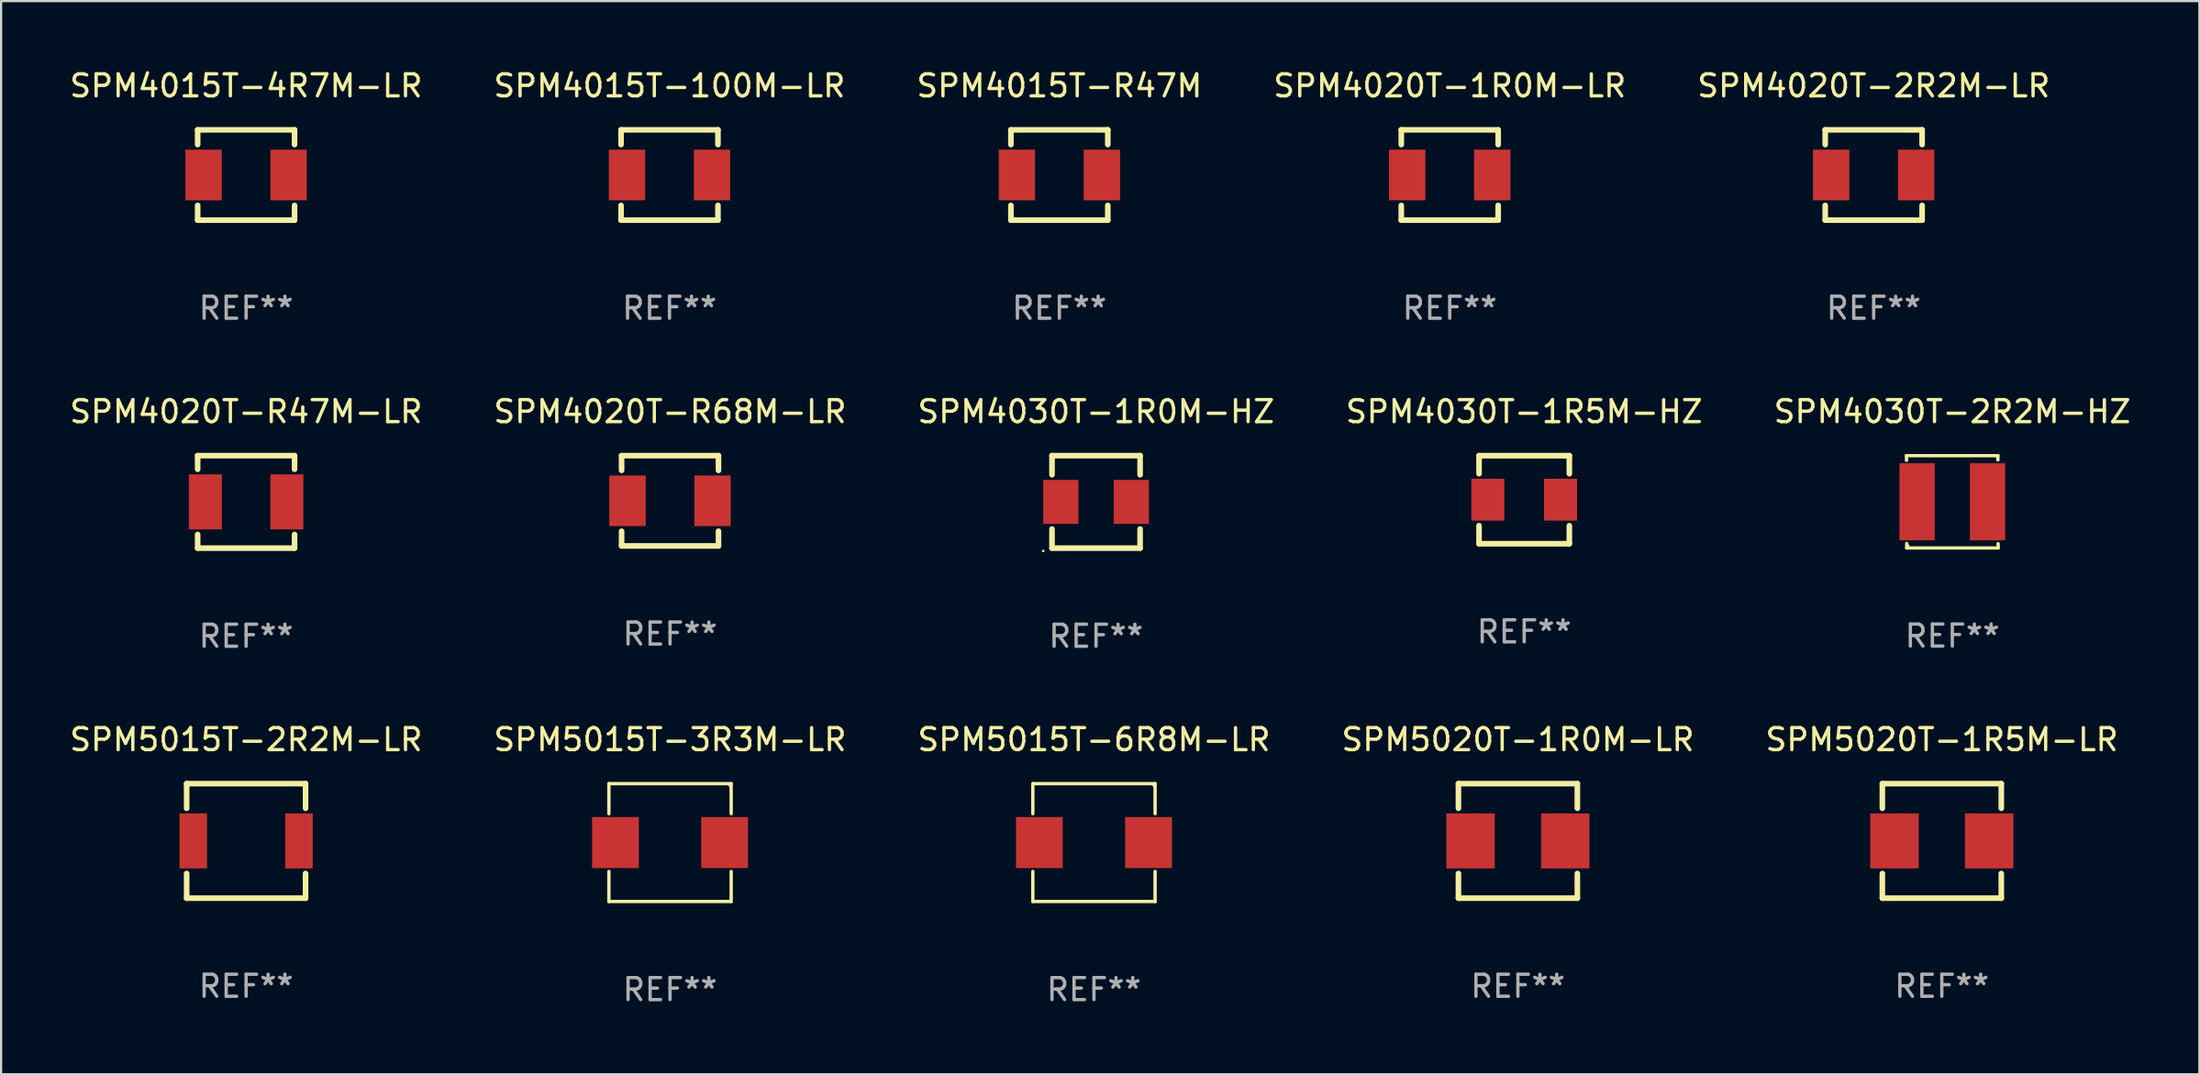
<source format=kicad_pcb>
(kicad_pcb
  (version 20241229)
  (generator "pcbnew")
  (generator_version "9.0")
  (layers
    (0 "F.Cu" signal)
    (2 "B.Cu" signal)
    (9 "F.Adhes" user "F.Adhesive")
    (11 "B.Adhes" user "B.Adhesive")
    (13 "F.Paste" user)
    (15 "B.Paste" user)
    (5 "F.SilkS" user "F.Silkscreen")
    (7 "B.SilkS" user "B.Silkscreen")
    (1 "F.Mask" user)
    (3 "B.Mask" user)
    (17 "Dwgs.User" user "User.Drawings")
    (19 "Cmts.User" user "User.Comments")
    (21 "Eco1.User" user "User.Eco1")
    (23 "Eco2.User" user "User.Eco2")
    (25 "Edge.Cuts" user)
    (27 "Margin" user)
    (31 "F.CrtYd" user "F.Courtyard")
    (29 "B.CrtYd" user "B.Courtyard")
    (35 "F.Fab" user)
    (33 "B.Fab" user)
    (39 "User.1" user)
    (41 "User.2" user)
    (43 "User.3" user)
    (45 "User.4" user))
  (footprint "SPM5020T-1R0M-LR"
    (layer "F.Cu")
    (at 65.875 35.142)
    (property "Reference" "SPM5020T-1R0M-LR" (at 0 -4.6 0) (layer "F.SilkS") (effects (font (size 1 1) (thickness 0.15))))
    (attr through_hole)
    (fp_line (start -2.7 -2.6) (end -2.7 -1.481) (stroke (width 0.254) (type solid)) (layer "F.SilkS"))
    (fp_line (start -2.7 -2.6) (end 2.7 -2.6) (stroke (width 0.254) (type solid)) (layer "F.SilkS"))
    (fp_line (start -2.7 1.481) (end -2.7 2.6) (stroke (width 0.254) (type solid)) (layer "F.SilkS"))
    (fp_line (start 2.7 -2.6) (end 2.7 -1.481) (stroke (width 0.254) (type solid)) (layer "F.SilkS"))
    (fp_line (start 2.7 1.481) (end 2.7 2.6) (stroke (width 0.254) (type solid)) (layer "F.SilkS"))
    (fp_line (start 2.7 2.6) (end -2.7 2.6) (stroke (width 0.254) (type solid)) (layer "F.SilkS"))
    (fp_circle (center -2.7 2.6) (end -2.67 2.6) (stroke (width 0.06) (type solid)) (fill no) (layer "F.SilkS"))
    (fp_text user "REF**" (at 0 6.6 0) (layer "F.Fab") (effects (font (size 1 1) (thickness 0.15))))
    (pad "1" smd rect (at -2.15 0) (size 2.2 2.5) (layers "F.Cu" "F.Mask" "F.Paste"))
    (pad "2" smd rect (at 2.15 0) (size 2.2 2.5) (layers "F.Cu" "F.Mask" "F.Paste")))
  (footprint "SPM5020T-1R5M-LR"
    (layer "F.Cu")
    (at 85.125 35.142)
    (property "Reference" "SPM5020T-1R5M-LR" (at 0 -4.6 0) (layer "F.SilkS") (effects (font (size 1 1) (thickness 0.15))))
    (attr through_hole)
    (fp_line (start -2.7 -2.6) (end -2.7 -1.481) (stroke (width 0.254) (type solid)) (layer "F.SilkS"))
    (fp_line (start -2.7 -2.6) (end 2.7 -2.6) (stroke (width 0.254) (type solid)) (layer "F.SilkS"))
    (fp_line (start -2.7 1.481) (end -2.7 2.6) (stroke (width 0.254) (type solid)) (layer "F.SilkS"))
    (fp_line (start 2.7 -2.6) (end 2.7 -1.481) (stroke (width 0.254) (type solid)) (layer "F.SilkS"))
    (fp_line (start 2.7 1.481) (end 2.7 2.6) (stroke (width 0.254) (type solid)) (layer "F.SilkS"))
    (fp_line (start 2.7 2.6) (end -2.7 2.6) (stroke (width 0.254) (type solid)) (layer "F.SilkS"))
    (fp_circle (center -2.7 2.6) (end -2.67 2.6) (stroke (width 0.06) (type solid)) (fill no) (layer "F.SilkS"))
    (fp_text user "REF**" (at 0 6.6 0) (layer "F.Fab") (effects (font (size 1 1) (thickness 0.15))))
    (pad "1" smd rect (at -2.15 0) (size 2.2 2.5) (layers "F.Cu" "F.Mask" "F.Paste"))
    (pad "2" smd rect (at 2.15 0) (size 2.2 2.5) (layers "F.Cu" "F.Mask" "F.Paste")))
  (footprint "SPM4015T-R47M"
    (layer "F.Cu")
    (at 45.054 4.898)
    (property "Reference" "SPM4015T-R47M" (at 0 -4.05 0) (layer "F.SilkS") (effects (font (size 1 1) (thickness 0.15))))
    (attr through_hole)
    (fp_line (start -2.2 2.05) (end 2.2 2.05) (stroke (width 0.254) (type solid)) (layer "F.SilkS"))
    (fp_line (start -2.2 -2.05) (end -2.2 -1.381) (stroke (width 0.254) (type solid)) (layer "F.SilkS"))
    (fp_line (start -2.2 -2.05) (end 2.2 -2.05) (stroke (width 0.254) (type solid)) (layer "F.SilkS"))
    (fp_line (start -2.2 1.381) (end -2.2 2.05) (stroke (width 0.254) (type solid)) (layer "F.SilkS"))
    (fp_line (start 2.2 -1.381) (end 2.2 -2.05) (stroke (width 0.254) (type solid)) (layer "F.SilkS"))
    (fp_line (start 2.2 2.05) (end 2.2 1.381) (stroke (width 0.254) (type solid)) (layer "F.SilkS"))
    (fp_circle (center -2.2 2.05) (end -2.17 2.05) (stroke (width 0.06) (type solid)) (fill no) (layer "F.SilkS"))
    (fp_text user "REF**" (at 0 6.05 0) (layer "F.Fab") (effects (font (size 1 1) (thickness 0.15))))
    (pad "1" smd rect (at -1.93 0.000127 270) (size 2.3 1.65) (layers "F.Cu" "F.Mask" "F.Paste"))
    (pad "2" smd rect (at 1.93 0.000127 270) (size 2.3 1.65) (layers "F.Cu" "F.Mask" "F.Paste")))
  (footprint "SPM4030T-1R5M-HZ"
    (layer "F.Cu")
    (at 66.161 19.645)
    (property "Reference" "SPM4030T-1R5M-HZ" (at 0 -4 0) (layer "F.SilkS") (effects (font (size 1 1) (thickness 0.15))))
    (attr through_hole)
    (fp_line (start -2.05 2) (end -2.05 1.181) (stroke (width 0.254) (type solid)) (layer "F.SilkS"))
    (fp_line (start -2.05 -1.999) (end 1.831 -1.999) (stroke (width 0.254) (type solid)) (layer "F.SilkS"))
    (fp_line (start -2.05 -1.181) (end -2.05 -1.999) (stroke (width 0.254) (type solid)) (layer "F.SilkS"))
    (fp_line (start 1.831 -1.999) (end 2.05 -2) (stroke (width 0.254) (type solid)) (layer "F.SilkS"))
    (fp_line (start 2.05 -2) (end 2.05 -1.181) (stroke (width 0.254) (type solid)) (layer "F.SilkS"))
    (fp_line (start 2.05 1.181) (end 2.05 2) (stroke (width 0.254) (type solid)) (layer "F.SilkS"))
    (fp_line (start 2.05 2) (end -2.05 2) (stroke (width 0.254) (type solid)) (layer "F.SilkS"))
    (fp_circle (center -2.05 2) (end -2.02 2) (stroke (width 0.06) (type solid)) (fill no) (layer "F.SilkS"))
    (fp_text user "REF**" (at 0 6 0) (layer "F.Fab") (effects (font (size 1 1) (thickness 0.15))))
    (pad "1" smd rect (at -1.651 0) (size 1.5 1.9) (layers "F.Cu" "F.Mask" "F.Paste"))
    (pad "2" smd rect (at 1.651 0) (size 1.5 1.9) (layers "F.Cu" "F.Mask" "F.Paste")))
  (footprint "SPM4030T-2R2M-HZ"
    (layer "F.Cu")
    (at 85.601 19.741)
    (property "Reference" "SPM4030T-2R2M-HZ" (at 0 -4.096 0) (layer "F.SilkS") (effects (font (size 1 1) (thickness 0.15))))
    (attr through_hole)
    (fp_line (start -2.083 -2.096) (end -2.08 -1.88) (stroke (width 0.15) (type solid)) (layer "F.SilkS"))
    (fp_line (start -2.07 1.89) (end -2.07 2.096) (stroke (width 0.15) (type solid)) (layer "F.SilkS"))
    (fp_line (start -2.07 2.096) (end 2.083 2.096) (stroke (width 0.15) (type solid)) (layer "F.SilkS"))
    (fp_line (start 2.07 -1.9) (end 2.07 -2.096) (stroke (width 0.15) (type solid)) (layer "F.SilkS"))
    (fp_line (start 2.07 -2.096) (end -2.083 -2.096) (stroke (width 0.15) (type solid)) (layer "F.SilkS"))
    (fp_line (start 2.083 2.096) (end 2.08 1.9) (stroke (width 0.15) (type solid)) (layer "F.SilkS"))
    (fp_circle (center -2 2) (end -1.97 2) (stroke (width 0.06) (type solid)) (fill no) (layer "F.SilkS"))
    (fp_text user "REF**" (at 0 6.096 0) (layer "F.Fab") (effects (font (size 1 1) (thickness 0.15))))
    (pad "1" smd rect (at -1.6 -0.000343) (size 1.6 3.5) (layers "F.Cu" "F.Mask" "F.Paste"))
    (pad "2" smd rect (at 1.6 -0.000343) (size 1.6 3.5) (layers "F.Cu" "F.Mask" "F.Paste")))
  (footprint "SPM4020T-1R0M-LR"
    (layer "F.Cu")
    (at 62.78 4.898)
    (property "Reference" "SPM4020T-1R0M-LR" (at 0 -4.05 0) (layer "F.SilkS") (effects (font (size 1 1) (thickness 0.15))))
    (attr through_hole)
    (fp_line (start -2.2 2.05) (end 2.2 2.05) (stroke (width 0.254) (type solid)) (layer "F.SilkS"))
    (fp_line (start -2.2 -2.05) (end -2.2 -1.381) (stroke (width 0.254) (type solid)) (layer "F.SilkS"))
    (fp_line (start -2.2 -2.05) (end 2.2 -2.05) (stroke (width 0.254) (type solid)) (layer "F.SilkS"))
    (fp_line (start -2.2 1.381) (end -2.2 2.05) (stroke (width 0.254) (type solid)) (layer "F.SilkS"))
    (fp_line (start 2.2 -1.381) (end 2.2 -2.05) (stroke (width 0.254) (type solid)) (layer "F.SilkS"))
    (fp_line (start 2.2 2.05) (end 2.2 1.381) (stroke (width 0.254) (type solid)) (layer "F.SilkS"))
    (fp_circle (center -2.2 2.05) (end -2.17 2.05) (stroke (width 0.06) (type solid)) (fill no) (layer "F.SilkS"))
    (fp_text user "REF**" (at 0 6.05 0) (layer "F.Fab") (effects (font (size 1 1) (thickness 0.15))))
    (pad "1" smd rect (at -1.93 0.000127 270) (size 2.3 1.65) (layers "F.Cu" "F.Mask" "F.Paste"))
    (pad "2" smd rect (at 1.93 0.000127 270) (size 2.3 1.65) (layers "F.Cu" "F.Mask" "F.Paste")))
  (footprint "SPM4020T-2R2M-LR"
    (layer "F.Cu")
    (at 82.03 4.898)
    (property "Reference" "SPM4020T-2R2M-LR" (at 0 -4.05 0) (layer "F.SilkS") (effects (font (size 1 1) (thickness 0.15))))
    (attr through_hole)
    (fp_line (start -2.2 2.05) (end 2.2 2.05) (stroke (width 0.254) (type solid)) (layer "F.SilkS"))
    (fp_line (start -2.2 -2.05) (end -2.2 -1.381) (stroke (width 0.254) (type solid)) (layer "F.SilkS"))
    (fp_line (start -2.2 -2.05) (end 2.2 -2.05) (stroke (width 0.254) (type solid)) (layer "F.SilkS"))
    (fp_line (start -2.2 1.381) (end -2.2 2.05) (stroke (width 0.254) (type solid)) (layer "F.SilkS"))
    (fp_line (start 2.2 -1.381) (end 2.2 -2.05) (stroke (width 0.254) (type solid)) (layer "F.SilkS"))
    (fp_line (start 2.2 2.05) (end 2.2 1.381) (stroke (width 0.254) (type solid)) (layer "F.SilkS"))
    (fp_circle (center -2.2 2.05) (end -2.17 2.05) (stroke (width 0.06) (type solid)) (fill no) (layer "F.SilkS"))
    (fp_text user "REF**" (at 0 6.05 0) (layer "F.Fab") (effects (font (size 1 1) (thickness 0.15))))
    (pad "1" smd rect (at -1.93 0.000127 270) (size 2.3 1.65) (layers "F.Cu" "F.Mask" "F.Paste"))
    (pad "2" smd rect (at 1.93 0.000127 270) (size 2.3 1.65) (layers "F.Cu" "F.Mask" "F.Paste")))
  (footprint "SPM5015T-3R3M-LR"
    (layer "F.Cu")
    (at 27.375 35.218)
    (property "Reference" "SPM5015T-3R3M-LR" (at 0 -4.676 0) (layer "F.SilkS") (effects (font (size 1 1) (thickness 0.15))))
    (attr through_hole)
    (fp_line (start -2.776 -2.676) (end 2.776 -2.676) (stroke (width 0.152) (type solid)) (layer "F.SilkS"))
    (fp_line (start -2.776 -1.312) (end -2.776 -2.676) (stroke (width 0.152) (type solid)) (layer "F.SilkS"))
    (fp_line (start -2.776 1.312) (end -2.776 2.676) (stroke (width 0.152) (type solid)) (layer "F.SilkS"))
    (fp_line (start -2.776 2.676) (end 2.776 2.676) (stroke (width 0.152) (type solid)) (layer "F.SilkS"))
    (fp_line (start 2.776 -2.676) (end 2.776 -1.312) (stroke (width 0.152) (type solid)) (layer "F.SilkS"))
    (fp_line (start 2.776 2.676) (end 2.776 1.312) (stroke (width 0.152) (type solid)) (layer "F.SilkS"))
    (fp_circle (center 2.7 -2.6) (end 2.73 -2.6) (stroke (width 0.06) (type solid)) (fill no) (layer "F.SilkS"))
    (fp_text user "REF**" (at 0 6.676 0) (layer "F.Fab") (effects (font (size 1 1) (thickness 0.15))))
    (pad "1" smd rect (at 2.478 0) (size 2.124 2.32) (layers "F.Cu" "F.Mask" "F.Paste"))
    (pad "2" smd rect (at -2.478 0) (size 2.124 2.32) (layers "F.Cu" "F.Mask" "F.Paste")))
  (footprint "SPM4015T-100M-LR"
    (layer "F.Cu")
    (at 27.351 4.898)
    (property "Reference" "SPM4015T-100M-LR" (at 0 -4.05 0) (layer "F.SilkS") (effects (font (size 1 1) (thickness 0.15))))
    (attr through_hole)
    (fp_line (start -2.2 2.05) (end 2.2 2.05) (stroke (width 0.254) (type solid)) (layer "F.SilkS"))
    (fp_line (start -2.2 -2.05) (end -2.2 -1.381) (stroke (width 0.254) (type solid)) (layer "F.SilkS"))
    (fp_line (start -2.2 -2.05) (end 2.2 -2.05) (stroke (width 0.254) (type solid)) (layer "F.SilkS"))
    (fp_line (start -2.2 1.381) (end -2.2 2.05) (stroke (width 0.254) (type solid)) (layer "F.SilkS"))
    (fp_line (start 2.2 -1.381) (end 2.2 -2.05) (stroke (width 0.254) (type solid)) (layer "F.SilkS"))
    (fp_line (start 2.2 2.05) (end 2.2 1.381) (stroke (width 0.254) (type solid)) (layer "F.SilkS"))
    (fp_circle (center -2.2 2.05) (end -2.17 2.05) (stroke (width 0.06) (type solid)) (fill no) (layer "F.SilkS"))
    (fp_text user "REF**" (at 0 6.05 0) (layer "F.Fab") (effects (font (size 1 1) (thickness 0.15))))
    (pad "1" smd rect (at -1.93 0.000127 270) (size 2.3 1.65) (layers "F.Cu" "F.Mask" "F.Paste"))
    (pad "2" smd rect (at 1.93 0.000127 270) (size 2.3 1.65) (layers "F.Cu" "F.Mask" "F.Paste")))
  (footprint "SPM4020T-R47M-LR"
    (layer "F.Cu")
    (at 8.125 19.745)
    (property "Reference" "SPM4020T-R47M-LR" (at 0 -4.1 0) (layer "F.SilkS") (effects (font (size 1 1) (thickness 0.15))))
    (attr through_hole)
    (fp_line (start -2.2 -2.1) (end -2.2 -1.481) (stroke (width 0.254) (type solid)) (layer "F.SilkS"))
    (fp_line (start -2.2 -2.1) (end 2.2 -2.1) (stroke (width 0.254) (type solid)) (layer "F.SilkS"))
    (fp_line (start -2.2 1.481) (end -2.2 2.1) (stroke (width 0.254) (type solid)) (layer "F.SilkS"))
    (fp_line (start 2.2 -1.481) (end 2.2 -2.1) (stroke (width 0.254) (type solid)) (layer "F.SilkS"))
    (fp_line (start 2.2 2.1) (end -2.2 2.1) (stroke (width 0.254) (type solid)) (layer "F.SilkS"))
    (fp_line (start 2.2 2.1) (end 2.2 1.481) (stroke (width 0.254) (type solid)) (layer "F.SilkS"))
    (fp_circle (center -2.2 2.05) (end -2.17 2.05) (stroke (width 0.06) (type solid)) (fill no) (layer "F.SilkS"))
    (fp_text user "REF**" (at 0 6.1 0) (layer "F.Fab") (effects (font (size 1 1) (thickness 0.15))))
    (pad "1" smd rect (at -1.85 0) (size 1.5 2.5) (layers "F.Cu" "F.Mask" "F.Paste"))
    (pad "2" smd rect (at 1.85 0) (size 1.5 2.5) (layers "F.Cu" "F.Mask" "F.Paste")))
  (footprint "SPM4015T-4R7M-LR"
    (layer "F.Cu")
    (at 8.125 4.898)
    (property "Reference" "SPM4015T-4R7M-LR" (at 0 -4.05 0) (layer "F.SilkS") (effects (font (size 1 1) (thickness 0.15))))
    (attr through_hole)
    (fp_line (start -2.2 2.05) (end 2.2 2.05) (stroke (width 0.254) (type solid)) (layer "F.SilkS"))
    (fp_line (start -2.2 -2.05) (end -2.2 -1.381) (stroke (width 0.254) (type solid)) (layer "F.SilkS"))
    (fp_line (start -2.2 -2.05) (end 2.2 -2.05) (stroke (width 0.254) (type solid)) (layer "F.SilkS"))
    (fp_line (start -2.2 1.381) (end -2.2 2.05) (stroke (width 0.254) (type solid)) (layer "F.SilkS"))
    (fp_line (start 2.2 -1.381) (end 2.2 -2.05) (stroke (width 0.254) (type solid)) (layer "F.SilkS"))
    (fp_line (start 2.2 2.05) (end 2.2 1.381) (stroke (width 0.254) (type solid)) (layer "F.SilkS"))
    (fp_circle (center -2.2 2.05) (end -2.17 2.05) (stroke (width 0.06) (type solid)) (fill no) (layer "F.SilkS"))
    (fp_text user "REF**" (at 0 6.05 0) (layer "F.Fab") (effects (font (size 1 1) (thickness 0.15))))
    (pad "1" smd rect (at -1.93 0.000127 270) (size 2.3 1.65) (layers "F.Cu" "F.Mask" "F.Paste"))
    (pad "2" smd rect (at 1.93 0.000127 270) (size 2.3 1.65) (layers "F.Cu" "F.Mask" "F.Paste")))
  (footprint "SPM5015T-2R2M-LR"
    (layer "F.Cu")
    (at 8.125 35.142)
    (property "Reference" "SPM5015T-2R2M-LR" (at 0 -4.6 0) (layer "F.SilkS") (effects (font (size 1 1) (thickness 0.15))))
    (attr through_hole)
    (fp_line (start -2.7 -2.6) (end -2.7 -1.481) (stroke (width 0.254) (type solid)) (layer "F.SilkS"))
    (fp_line (start -2.7 -2.6) (end 2.7 -2.6) (stroke (width 0.254) (type solid)) (layer "F.SilkS"))
    (fp_line (start -2.7 1.481) (end -2.7 2.6) (stroke (width 0.254) (type solid)) (layer "F.SilkS"))
    (fp_line (start -2.7 2.6) (end 2.7 2.6) (stroke (width 0.254) (type solid)) (layer "F.SilkS"))
    (fp_line (start 2.7 -2.6) (end 2.7 -1.481) (stroke (width 0.254) (type solid)) (layer "F.SilkS"))
    (fp_line (start 2.7 1.481) (end 2.7 2.6) (stroke (width 0.254) (type solid)) (layer "F.SilkS"))
    (fp_circle (center -2.7 2.6) (end -2.67 2.6) (stroke (width 0.06) (type solid)) (fill no) (layer "F.SilkS"))
    (fp_text user "REF**" (at 0 6.6 0) (layer "F.Fab") (effects (font (size 1 1) (thickness 0.15))))
    (pad "1" smd rect (at -2.4 0) (size 1.25 2.5) (layers "F.Cu" "F.Mask" "F.Paste"))
    (pad "2" smd rect (at 2.4 0) (size 1.25 2.5) (layers "F.Cu" "F.Mask" "F.Paste")))
  (footprint "SPM4020T-R68M-LR"
    (layer "F.Cu")
    (at 27.375 19.695)
    (property "Reference" "SPM4020T-R68M-LR" (at 0 -4.05 0) (layer "F.SilkS") (effects (font (size 1 1) (thickness 0.15))))
    (attr through_hole)
    (fp_line (start -2.2 2.05) (end 2.2 2.05) (stroke (width 0.254) (type solid)) (layer "F.SilkS"))
    (fp_line (start -2.2 -2.05) (end -2.2 -1.381) (stroke (width 0.254) (type solid)) (layer "F.SilkS"))
    (fp_line (start -2.2 -2.05) (end 2.2 -2.05) (stroke (width 0.254) (type solid)) (layer "F.SilkS"))
    (fp_line (start -2.2 1.381) (end -2.2 2.05) (stroke (width 0.254) (type solid)) (layer "F.SilkS"))
    (fp_line (start 2.2 -1.381) (end 2.2 -2.05) (stroke (width 0.254) (type solid)) (layer "F.SilkS"))
    (fp_line (start 2.2 2.05) (end 2.2 1.381) (stroke (width 0.254) (type solid)) (layer "F.SilkS"))
    (fp_circle (center -2.2 2.05) (end -2.17 2.05) (stroke (width 0.06) (type solid)) (fill no) (layer "F.SilkS"))
    (fp_text user "REF**" (at 0 6.05 0) (layer "F.Fab") (effects (font (size 1 1) (thickness 0.15))))
    (pad "1" smd rect (at -1.93 0.000127 270) (size 2.3 1.65) (layers "F.Cu" "F.Mask" "F.Paste"))
    (pad "2" smd rect (at 1.93 0.000127 270) (size 2.3 1.65) (layers "F.Cu" "F.Mask" "F.Paste")))
  (footprint "SPM4030T-1R0M-HZ"
    (layer "F.Cu")
    (at 46.72 19.745)
    (property "Reference" "SPM4030T-1R0M-HZ" (at 0 -4.1 0) (layer "F.SilkS") (effects (font (size 1 1) (thickness 0.15))))
    (attr through_hole)
    (fp_line (start -2 -2.1) (end -2 -1.231) (stroke (width 0.254) (type solid)) (layer "F.SilkS"))
    (fp_line (start -2 -2.1) (end 2 -2.1) (stroke (width 0.254) (type solid)) (layer "F.SilkS"))
    (fp_line (start -2 1.231) (end -2 2.1) (stroke (width 0.254) (type solid)) (layer "F.SilkS"))
    (fp_line (start -2 2.1) (end 2 2.1) (stroke (width 0.254) (type solid)) (layer "F.SilkS"))
    (fp_line (start 2 -2.1) (end 2 -1.231) (stroke (width 0.254) (type solid)) (layer "F.SilkS"))
    (fp_line (start 2 1.231) (end 2 2.1) (stroke (width 0.254) (type solid)) (layer "F.SilkS"))
    (fp_circle (center -2.4 2.227) (end -2.37 2.227) (stroke (width 0.06) (type solid)) (fill no) (layer "F.SilkS"))
    (fp_text user "REF**" (at 0 6.1 0) (layer "F.Fab") (effects (font (size 1 1) (thickness 0.15))))
    (pad "1" smd rect (at -1.6 0) (size 1.6 2) (layers "F.Cu" "F.Mask" "F.Paste"))
    (pad "2" smd rect (at 1.6 0) (size 1.6 2) (layers "F.Cu" "F.Mask" "F.Paste")))
  (footprint "SPM5015T-6R8M-LR"
    (layer "F.Cu")
    (at 46.625 35.218)
    (property "Reference" "SPM5015T-6R8M-LR" (at 0 -4.676 0) (layer "F.SilkS") (effects (font (size 1 1) (thickness 0.15))))
    (attr through_hole)
    (fp_line (start -2.776 -2.676) (end 2.776 -2.676) (stroke (width 0.152) (type solid)) (layer "F.SilkS"))
    (fp_line (start -2.776 -1.312) (end -2.776 -2.676) (stroke (width 0.152) (type solid)) (layer "F.SilkS"))
    (fp_line (start -2.776 1.312) (end -2.776 2.676) (stroke (width 0.152) (type solid)) (layer "F.SilkS"))
    (fp_line (start -2.776 2.676) (end 2.776 2.676) (stroke (width 0.152) (type solid)) (layer "F.SilkS"))
    (fp_line (start 2.776 -2.676) (end 2.776 -1.312) (stroke (width 0.152) (type solid)) (layer "F.SilkS"))
    (fp_line (start 2.776 2.676) (end 2.776 1.312) (stroke (width 0.152) (type solid)) (layer "F.SilkS"))
    (fp_circle (center 2.7 -2.6) (end 2.73 -2.6) (stroke (width 0.06) (type solid)) (fill no) (layer "F.SilkS"))
    (fp_text user "REF**" (at 0 6.676 0) (layer "F.Fab") (effects (font (size 1 1) (thickness 0.15))))
    (pad "1" smd rect (at 2.478 0) (size 2.124 2.32) (layers "F.Cu" "F.Mask" "F.Paste"))
    (pad "2" smd rect (at -2.478 0) (size 2.124 2.32) (layers "F.Cu" "F.Mask" "F.Paste")))
  (gr_rect
    (start -3 -3)
    (end 96.821 45.742)
    (stroke (width 0.1) (type default))
    (fill no)
    (layer "Edge.Cuts")))
</source>
